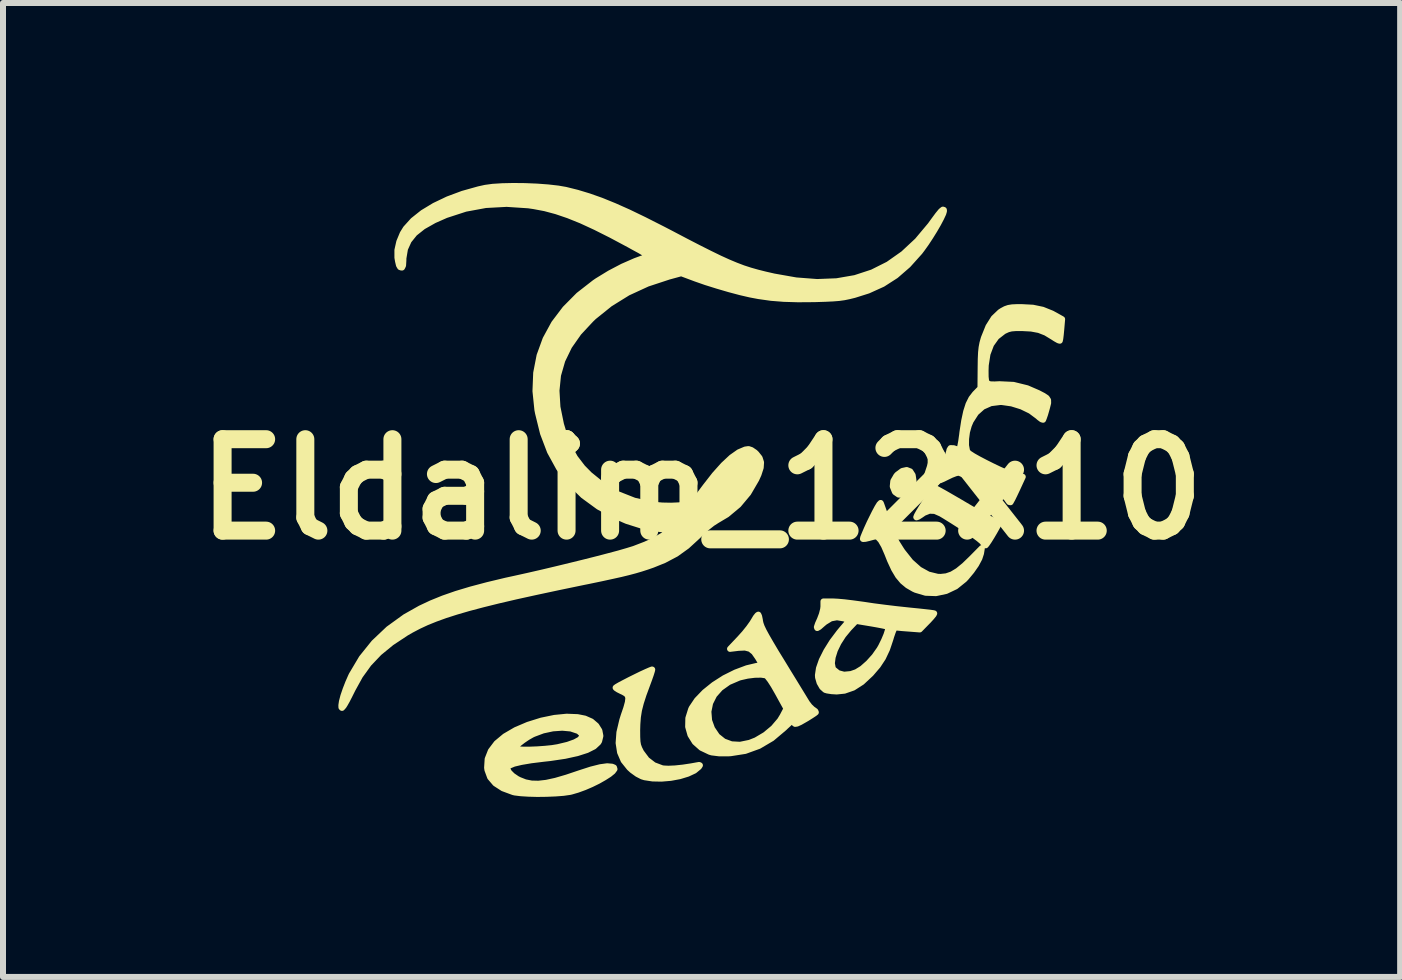
<source format=kicad_pcb>
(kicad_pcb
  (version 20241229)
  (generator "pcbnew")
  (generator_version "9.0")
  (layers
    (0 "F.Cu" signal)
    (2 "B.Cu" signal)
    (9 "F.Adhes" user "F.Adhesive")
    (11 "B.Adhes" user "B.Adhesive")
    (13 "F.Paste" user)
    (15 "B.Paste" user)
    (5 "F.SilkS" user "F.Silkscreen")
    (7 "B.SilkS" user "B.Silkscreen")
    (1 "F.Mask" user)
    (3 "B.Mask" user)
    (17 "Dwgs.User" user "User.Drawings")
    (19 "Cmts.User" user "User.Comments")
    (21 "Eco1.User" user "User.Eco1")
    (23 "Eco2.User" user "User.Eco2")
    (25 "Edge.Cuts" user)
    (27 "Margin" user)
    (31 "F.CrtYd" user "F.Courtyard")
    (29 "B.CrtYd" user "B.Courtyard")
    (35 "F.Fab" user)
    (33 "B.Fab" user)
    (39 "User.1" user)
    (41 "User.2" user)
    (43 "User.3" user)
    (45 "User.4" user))
  (footprint "Eldalim_12x10"
    (layer "F.Cu")
    (at 8.643 5.105)
    (property "Reference" "Eldalim_12x10" (at 0 0 0) (layer "F.SilkS") (effects (font (size 1.524 1.524) (thickness 0.3))))
    (attr exclude_from_pos_files exclude_from_bom allow_missing_courtyard)
    (fp_circle (center 0.4 0) (end 0.6 0) (stroke (width 0.15) (type solid)) (fill no) (layer "F.SilkS"))
    (fp_poly (pts (xy 3.533 -0.141) (xy 3.517 -0.055) (xy 3.475 0.015) (xy 3.416 0.066) (xy 3.349 0.093) (xy 3.284 0.088) (xy 3.228 0.049) (xy 3.222 0.041) (xy 3.187 -0.046) (xy 3.196 -0.137) (xy 3.247 -0.225) (xy 3.265 -0.245) (xy 3.346 -0.305) (xy 3.419 -0.321) (xy 3.479 -0.298) (xy 3.519 -0.236) (xy 3.533 -0.141)) (stroke (width 0.1) (type solid)) (fill yes) (layer "F.SilkS"))
    (fp_poly (pts (xy 4.965 0.549) (xy 4.953 0.578) (xy 4.923 0.634) (xy 4.882 0.707) (xy 4.836 0.785) (xy 4.792 0.856) (xy 4.756 0.909) (xy 4.736 0.934) (xy 4.713 0.926) (xy 4.698 0.899) (xy 4.674 0.87) (xy 4.617 0.822) (xy 4.532 0.759) (xy 4.428 0.685) (xy 4.309 0.605) (xy 4.182 0.524) (xy 4.055 0.445) (xy 3.988 0.405) (xy 3.888 0.361) (xy 3.799 0.357) (xy 3.708 0.393) (xy 3.656 0.429) (xy 3.609 0.459) (xy 3.582 0.468) (xy 3.579 0.464) (xy 3.591 0.434) (xy 3.622 0.378) (xy 3.667 0.304) (xy 3.68 0.284) (xy 3.734 0.198) (xy 3.782 0.117) (xy 3.816 0.057) (xy 3.819 0.052) (xy 3.85 0.003) (xy 3.878 -0.022) (xy 3.882 -0.023) (xy 3.908 -0.012) (xy 3.968 0.02) (xy 4.056 0.069) (xy 4.165 0.132) (xy 4.291 0.205) (xy 4.374 0.254) (xy 4.531 0.346) (xy 4.667 0.421) (xy 4.776 0.479) (xy 4.855 0.516) (xy 4.9 0.531) (xy 4.903 0.531) (xy 4.948 0.537) (xy 4.965 0.549)) (stroke (width 0.1) (type solid)) (fill yes) (layer "F.SilkS"))
    (fp_poly (pts (xy 4.672 0.981) (xy 4.658 1.068) (xy 4.631 1.151) (xy 4.576 1.254) (xy 4.5 1.363) (xy 4.412 1.469) (xy 4.38 1.503) (xy 4.236 1.619) (xy 4.076 1.695) (xy 3.907 1.731) (xy 3.736 1.725) (xy 3.57 1.676) (xy 3.537 1.661) (xy 3.435 1.602) (xy 3.351 1.532) (xy 3.277 1.444) (xy 3.209 1.33) (xy 3.141 1.183) (xy 3.097 1.072) (xy 3.041 0.943) (xy 2.987 0.85) (xy 2.938 0.797) (xy 2.905 0.785) (xy 2.869 0.791) (xy 2.808 0.807) (xy 2.791 0.812) (xy 2.732 0.826) (xy 2.694 0.829) (xy 2.69 0.827) (xy 2.695 0.803) (xy 2.718 0.746) (xy 2.754 0.662) (xy 2.801 0.559) (xy 2.827 0.506) (xy 2.884 0.391) (xy 2.931 0.303) (xy 2.965 0.248) (xy 2.985 0.228) (xy 2.988 0.231) (xy 3.001 0.266) (xy 3.025 0.334) (xy 3.057 0.424) (xy 3.08 0.487) (xy 3.139 0.646) (xy 3.195 0.775) (xy 3.253 0.888) (xy 3.322 0.998) (xy 3.349 1.039) (xy 3.485 1.21) (xy 3.629 1.338) (xy 3.779 1.421) (xy 3.934 1.459) (xy 3.986 1.461) (xy 4.08 1.451) (xy 4.173 1.419) (xy 4.271 1.36) (xy 4.381 1.27) (xy 4.497 1.158) (xy 4.672 0.981)) (stroke (width 0.1) (type solid)) (fill yes) (layer "F.SilkS"))
    (fp_poly (pts (xy -0.027 4.601) (xy -0.042 4.624) (xy -0.045 4.628) (xy -0.119 4.689) (xy -0.23 4.741) (xy -0.364 4.782) (xy -0.514 4.81) (xy -0.668 4.823) (xy -0.815 4.82) (xy -0.947 4.8) (xy -0.992 4.786) (xy -1.07 4.746) (xy -1.156 4.684) (xy -1.202 4.642) (xy -1.299 4.521) (xy -1.358 4.384) (xy -1.382 4.229) (xy -1.369 4.052) (xy -1.321 3.849) (xy -1.298 3.775) (xy -1.254 3.646) (xy -1.228 3.551) (xy -1.22 3.485) (xy -1.229 3.439) (xy -1.258 3.407) (xy -1.305 3.379) (xy -1.328 3.369) (xy -1.388 3.339) (xy -1.425 3.315) (xy -1.432 3.307) (xy -1.412 3.292) (xy -1.36 3.262) (xy -1.284 3.222) (xy -1.193 3.175) (xy -1.096 3.127) (xy -1.002 3.081) (xy -0.919 3.043) (xy -0.857 3.016) (xy -0.825 3.004) (xy -0.822 3.005) (xy -0.827 3.028) (xy -0.845 3.086) (xy -0.874 3.169) (xy -0.904 3.25) (xy -0.967 3.421) (xy -1.012 3.561) (xy -1.043 3.682) (xy -1.061 3.796) (xy -1.07 3.914) (xy -1.073 4.018) (xy -1.072 4.129) (xy -1.068 4.208) (xy -1.058 4.266) (xy -1.039 4.318) (xy -1.01 4.376) (xy -1.004 4.386) (xy -0.913 4.508) (xy -0.796 4.598) (xy -0.661 4.649) (xy -0.633 4.654) (xy -0.553 4.658) (xy -0.44 4.653) (xy -0.308 4.639) (xy -0.169 4.618) (xy -0.092 4.604) (xy -0.041 4.595) (xy -0.027 4.601)) (stroke (width 0.1) (type solid)) (fill yes) (layer "F.SilkS"))
    (fp_poly (pts (xy 3.878 2.069) (xy 3.868 2.089) (xy 3.832 2.133) (xy 3.778 2.192) (xy 3.762 2.208) (xy 3.637 2.336) (xy 3.442 2.321) (xy 3.35 2.314) (xy 3.276 2.307) (xy 3.232 2.303) (xy 3.226 2.302) (xy 3.211 2.32) (xy 3.188 2.374) (xy 3.161 2.452) (xy 3.149 2.493) (xy 3.113 2.601) (xy 3.113 2.303) (xy 3.109 2.293) (xy 3.082 2.285) (xy 3.02 2.271) (xy 2.931 2.254) (xy 2.835 2.237) (xy 2.575 2.194) (xy 2.456 2.319) (xy 2.361 2.434) (xy 2.282 2.557) (xy 2.222 2.681) (xy 2.185 2.799) (xy 2.172 2.901) (xy 2.187 2.981) (xy 2.2 3.003) (xy 2.276 3.065) (xy 2.374 3.091) (xy 2.49 3.08) (xy 2.582 3.048) (xy 2.679 2.988) (xy 2.783 2.896) (xy 2.882 2.786) (xy 2.966 2.667) (xy 2.993 2.62) (xy 3.043 2.518) (xy 3.082 2.425) (xy 3.106 2.35) (xy 3.113 2.303) (xy 3.113 2.601) (xy 3.091 2.666) (xy 3.023 2.81) (xy 2.938 2.939) (xy 2.824 3.072) (xy 2.821 3.075) (xy 2.673 3.213) (xy 2.528 3.306) (xy 2.381 3.357) (xy 2.253 3.37) (xy 2.169 3.365) (xy 2.097 3.354) (xy 2.062 3.344) (xy 2.01 3.297) (xy 1.967 3.222) (xy 1.942 3.135) (xy 1.94 3.097) (xy 1.957 2.984) (xy 2.004 2.849) (xy 2.08 2.698) (xy 2.178 2.541) (xy 2.296 2.384) (xy 2.339 2.332) (xy 2.468 2.182) (xy 2.371 2.152) (xy 2.257 2.133) (xy 2.155 2.152) (xy 2.055 2.213) (xy 2.018 2.244) (xy 1.96 2.295) (xy 1.928 2.313) (xy 1.922 2.297) (xy 1.94 2.243) (xy 1.974 2.167) (xy 2.006 2.082) (xy 2.027 1.999) (xy 2.032 1.957) (xy 2.032 1.87) (xy 2.189 1.87) (xy 2.269 1.874) (xy 2.381 1.884) (xy 2.513 1.9) (xy 2.653 1.919) (xy 2.711 1.927) (xy 2.871 1.951) (xy 3.057 1.975) (xy 3.248 1.998) (xy 3.425 2.017) (xy 3.472 2.022) (xy 3.602 2.035) (xy 3.715 2.047) (xy 3.804 2.057) (xy 3.861 2.065) (xy 3.878 2.069)) (stroke (width 0.1) (type solid)) (fill yes) (layer "F.SilkS"))
    (fp_poly (pts (xy -1.451 4.664) (xy -1.48 4.703) (xy -1.539 4.751) (xy -1.622 4.804) (xy -1.722 4.861) (xy -1.834 4.916) (xy -1.95 4.966) (xy -2.065 5.008) (xy -2.171 5.039) (xy -2.198 5.045) (xy -2.304 5.06) (xy -2.436 5.07) (xy -2.585 5.076) (xy -2.738 5.078) (xy -2.884 5.074) (xy -3.012 5.066) (xy -3.11 5.054) (xy -3.14 5.047) (xy -3.31 4.984) (xy -3.437 4.902) (xy -3.524 4.8) (xy -3.569 4.677) (xy -3.574 4.64) (xy -3.565 4.496) (xy -3.512 4.361) (xy -3.416 4.234) (xy -3.277 4.118) (xy -3.097 4.013) (xy -2.893 3.926) (xy -2.669 3.856) (xy -2.451 3.811) (xy -2.248 3.791) (xy -2.067 3.798) (xy -1.946 3.822) (xy -1.837 3.87) (xy -1.755 3.94) (xy -1.703 4.023) (xy -1.686 4.111) (xy -1.707 4.197) (xy -1.722 4.221) (xy -1.793 4.287) (xy -1.91 4.346) (xy -1.991 4.372) (xy -1.991 4.126) (xy -1.995 4.081) (xy -2.043 4.036) (xy -2.061 4.026) (xy -2.178 3.987) (xy -2.321 3.974) (xy -2.48 3.985) (xy -2.643 4.02) (xy -2.798 4.078) (xy -2.828 4.092) (xy -2.901 4.134) (xy -2.975 4.184) (xy -3.041 4.235) (xy -3.09 4.28) (xy -3.115 4.313) (xy -3.112 4.326) (xy -3.059 4.336) (xy -2.972 4.34) (xy -2.86 4.34) (xy -2.735 4.335) (xy -2.609 4.326) (xy -2.491 4.314) (xy -2.392 4.298) (xy -2.389 4.297) (xy -2.23 4.259) (xy -2.11 4.216) (xy -2.03 4.172) (xy -1.991 4.126) (xy -1.991 4.372) (xy -2.072 4.398) (xy -2.277 4.443) (xy -2.527 4.48) (xy -2.627 4.491) (xy -2.839 4.517) (xy -3.005 4.545) (xy -3.127 4.574) (xy -3.204 4.606) (xy -3.23 4.627) (xy -3.236 4.666) (xy -3.208 4.718) (xy -3.152 4.774) (xy -3.076 4.826) (xy -3.039 4.845) (xy -2.94 4.884) (xy -2.835 4.905) (xy -2.719 4.908) (xy -2.587 4.893) (xy -2.431 4.859) (xy -2.246 4.805) (xy -2.029 4.732) (xy -1.84 4.671) (xy -1.689 4.633) (xy -1.574 4.617) (xy -1.492 4.624) (xy -1.459 4.638) (xy -1.451 4.664)) (stroke (width 0.1) (type solid)) (fill yes) (layer "F.SilkS"))
    (fp_poly (pts (xy 1.905 3.718) (xy 1.881 3.737) (xy 1.828 3.772) (xy 1.755 3.818) (xy 1.729 3.833) (xy 1.645 3.881) (xy 1.59 3.906) (xy 1.559 3.91) (xy 1.545 3.899) (xy 1.527 3.862) (xy 1.524 3.851) (xy 1.509 3.859) (xy 1.469 3.892) (xy 1.416 3.941) (xy 1.416 3.656) (xy 1.268 3.387) (xy 1.201 3.27) (xy 1.143 3.18) (xy 1.098 3.122) (xy 1.074 3.102) (xy 0.994 3.09) (xy 0.885 3.092) (xy 0.764 3.107) (xy 0.645 3.134) (xy 0.622 3.141) (xy 0.452 3.214) (xy 0.314 3.312) (xy 0.21 3.429) (xy 0.143 3.562) (xy 0.114 3.705) (xy 0.126 3.855) (xy 0.175 3.99) (xy 0.26 4.116) (xy 0.369 4.203) (xy 0.498 4.251) (xy 0.643 4.259) (xy 0.803 4.226) (xy 0.909 4.184) (xy 1.061 4.094) (xy 1.198 3.98) (xy 1.308 3.851) (xy 1.351 3.78) (xy 1.416 3.656) (xy 1.416 3.941) (xy 1.41 3.946) (xy 1.377 3.978) (xy 1.173 4.15) (xy 0.956 4.278) (xy 0.727 4.361) (xy 0.485 4.399) (xy 0.45 4.401) (xy 0.292 4.401) (xy 0.172 4.386) (xy 0.138 4.376) (xy -0.003 4.309) (xy -0.111 4.213) (xy -0.185 4.094) (xy -0.223 3.959) (xy -0.22 3.815) (xy -0.174 3.668) (xy -0.163 3.645) (xy -0.075 3.514) (xy 0.051 3.383) (xy 0.205 3.259) (xy 0.38 3.147) (xy 0.567 3.054) (xy 0.756 2.983) (xy 0.916 2.945) (xy 1.012 2.929) (xy 0.939 2.805) (xy 0.875 2.713) (xy 0.809 2.66) (xy 0.726 2.638) (xy 0.615 2.643) (xy 0.607 2.644) (xy 0.475 2.66) (xy 0.638 2.488) (xy 0.717 2.4) (xy 0.79 2.309) (xy 0.847 2.229) (xy 0.866 2.198) (xy 0.903 2.136) (xy 0.933 2.098) (xy 0.947 2.09) (xy 0.959 2.117) (xy 0.971 2.174) (xy 0.975 2.202) (xy 0.984 2.241) (xy 1.003 2.293) (xy 1.036 2.362) (xy 1.085 2.452) (xy 1.152 2.568) (xy 1.239 2.715) (xy 1.346 2.889) (xy 1.439 3.042) (xy 1.527 3.185) (xy 1.606 3.314) (xy 1.672 3.422) (xy 1.722 3.504) (xy 1.752 3.553) (xy 1.756 3.56) (xy 1.802 3.62) (xy 1.85 3.666) (xy 1.861 3.673) (xy 1.897 3.699) (xy 1.905 3.718)) (stroke (width 0.1) (type solid)) (fill yes) (layer "F.SilkS"))
    (fp_poly (pts (xy 6.01 -2.835) (xy 5.995 -2.66) (xy 5.987 -2.576) (xy 5.979 -2.511) (xy 5.972 -2.478) (xy 5.971 -2.476) (xy 5.948 -2.483) (xy 5.9 -2.51) (xy 5.855 -2.539) (xy 5.738 -2.61) (xy 5.623 -2.655) (xy 5.495 -2.679) (xy 5.346 -2.687) (xy 5.24 -2.687) (xy 5.165 -2.681) (xy 5.108 -2.667) (xy 5.053 -2.642) (xy 5.034 -2.632) (xy 4.916 -2.54) (xy 4.826 -2.414) (xy 4.766 -2.255) (xy 4.737 -2.068) (xy 4.734 -1.979) (xy 4.735 -1.872) (xy 4.743 -1.803) (xy 4.765 -1.765) (xy 4.81 -1.749) (xy 4.886 -1.747) (xy 4.964 -1.751) (xy 5.198 -1.74) (xy 5.426 -1.684) (xy 5.611 -1.604) (xy 5.699 -1.558) (xy 5.752 -1.523) (xy 5.776 -1.486) (xy 5.777 -1.438) (xy 5.759 -1.366) (xy 5.749 -1.33) (xy 5.726 -1.25) (xy 5.705 -1.189) (xy 5.693 -1.159) (xy 5.692 -1.159) (xy 5.67 -1.165) (xy 5.627 -1.197) (xy 5.605 -1.217) (xy 5.484 -1.307) (xy 5.334 -1.38) (xy 5.17 -1.431) (xy 5.009 -1.454) (xy 4.98 -1.455) (xy 4.821 -1.435) (xy 4.686 -1.375) (xy 4.574 -1.275) (xy 4.485 -1.136) (xy 4.454 -1.062) (xy 4.424 -0.955) (xy 4.409 -0.84) (xy 4.408 -0.732) (xy 4.424 -0.646) (xy 4.433 -0.623) (xy 4.464 -0.595) (xy 4.529 -0.553) (xy 4.62 -0.502) (xy 4.729 -0.445) (xy 4.847 -0.386) (xy 4.966 -0.329) (xy 5.079 -0.279) (xy 5.176 -0.24) (xy 5.249 -0.215) (xy 5.286 -0.208) (xy 5.354 -0.208) (xy 5.261 -0.006) (xy 5.219 0.083) (xy 5.183 0.157) (xy 5.157 0.204) (xy 5.15 0.216) (xy 5.128 0.212) (xy 5.101 0.175) (xy 5.1 0.172) (xy 5.076 0.141) (xy 5.031 0.104) (xy 4.96 0.058) (xy 4.856 -0.001) (xy 4.716 -0.075) (xy 4.699 -0.084) (xy 4.577 -0.146) (xy 4.466 -0.2) (xy 4.375 -0.242) (xy 4.309 -0.269) (xy 4.28 -0.277) (xy 4.234 -0.266) (xy 4.164 -0.239) (xy 4.098 -0.207) (xy 4.029 -0.173) (xy 3.978 -0.151) (xy 3.956 -0.146) (xy 3.961 -0.17) (xy 3.98 -0.227) (xy 4.01 -0.308) (xy 4.041 -0.386) (xy 4.079 -0.485) (xy 4.109 -0.571) (xy 4.128 -0.633) (xy 4.133 -0.658) (xy 4.151 -0.686) (xy 4.203 -0.684) (xy 4.273 -0.66) (xy 4.289 -0.66) (xy 4.302 -0.679) (xy 4.314 -0.722) (xy 4.328 -0.798) (xy 4.344 -0.911) (xy 4.348 -0.947) (xy 4.378 -1.141) (xy 4.411 -1.295) (xy 4.45 -1.417) (xy 4.498 -1.513) (xy 4.557 -1.59) (xy 4.564 -1.597) (xy 4.649 -1.684) (xy 4.652 -2.026) (xy 4.654 -2.17) (xy 4.659 -2.279) (xy 4.668 -2.364) (xy 4.682 -2.438) (xy 4.702 -2.51) (xy 4.708 -2.528) (xy 4.782 -2.712) (xy 4.871 -2.853) (xy 4.976 -2.953) (xy 5.008 -2.974) (xy 5.064 -3.004) (xy 5.116 -3.022) (xy 5.177 -3.032) (xy 5.263 -3.036) (xy 5.334 -3.036) (xy 5.522 -3.026) (xy 5.685 -2.992) (xy 5.839 -2.93) (xy 5.909 -2.892) (xy 6.01 -2.835)) (stroke (width 0.1) (type solid)) (fill yes) (layer "F.SilkS"))
    (fp_poly (pts (xy 4.041 -4.638) (xy 4.028 -4.594) (xy 3.994 -4.521) (xy 3.944 -4.426) (xy 3.882 -4.319) (xy 3.813 -4.208) (xy 3.742 -4.1) (xy 3.674 -4.005) (xy 3.637 -3.956) (xy 3.442 -3.739) (xy 3.238 -3.562) (xy 3.02 -3.422) (xy 2.777 -3.312) (xy 2.549 -3.24) (xy 2.46 -3.218) (xy 2.378 -3.201) (xy 2.292 -3.189) (xy 2.192 -3.181) (xy 2.069 -3.175) (xy 1.912 -3.17) (xy 1.875 -3.169) (xy 1.607 -3.167) (xy 1.372 -3.174) (xy 1.158 -3.191) (xy 0.953 -3.22) (xy 0.81 -3.247) (xy 0.65 -3.284) (xy 0.462 -3.334) (xy 0.264 -3.392) (xy 0.072 -3.452) (xy -0.1 -3.512) (xy -0.121 -3.52) (xy -0.338 -3.601) (xy -0.544 -3.545) (xy -0.902 -3.427) (xy -1.228 -3.277) (xy -1.525 -3.093) (xy -1.796 -2.875) (xy -1.844 -2.829) (xy -2.048 -2.61) (xy -2.207 -2.383) (xy -2.321 -2.148) (xy -2.392 -1.902) (xy -2.418 -1.644) (xy -2.402 -1.371) (xy -2.343 -1.082) (xy -2.295 -0.924) (xy -2.211 -0.709) (xy -2.11 -0.527) (xy -1.984 -0.362) (xy -1.868 -0.244) (xy -1.642 -0.061) (xy -1.391 0.084) (xy -1.122 0.19) (xy -0.841 0.254) (xy -0.658 0.271) (xy -0.507 0.274) (xy -0.374 0.268) (xy -0.271 0.255) (xy -0.27 0.255) (xy -0.137 0.227) (xy 0.063 -0.042) (xy 0.219 -0.242) (xy 0.365 -0.405) (xy 0.5 -0.531) (xy 0.622 -0.617) (xy 0.728 -0.662) (xy 0.783 -0.67) (xy 0.831 -0.654) (xy 0.89 -0.614) (xy 0.914 -0.591) (xy 0.968 -0.523) (xy 0.992 -0.448) (xy 0.986 -0.36) (xy 0.95 -0.249) (xy 0.912 -0.165) (xy 0.779 0.063) (xy 0.615 0.259) (xy 0.422 0.42) (xy 0.259 0.517) (xy 0.182 0.566) (xy 0.086 0.642) (xy -0.019 0.738) (xy -0.064 0.782) (xy -0.243 0.946) (xy -0.424 1.076) (xy -0.623 1.181) (xy -0.816 1.259) (xy -0.914 1.293) (xy -1.01 1.324) (xy -1.109 1.353) (xy -1.218 1.382) (xy -1.345 1.413) (xy -1.494 1.446) (xy -1.673 1.485) (xy -1.889 1.53) (xy -1.974 1.547) (xy -2.388 1.633) (xy -2.758 1.712) (xy -3.09 1.785) (xy -3.386 1.854) (xy -3.648 1.919) (xy -3.882 1.981) (xy -4.088 2.041) (xy -4.272 2.1) (xy -4.435 2.159) (xy -4.581 2.218) (xy -4.714 2.28) (xy -4.836 2.344) (xy -4.923 2.394) (xy -5.169 2.557) (xy -5.374 2.725) (xy -5.547 2.907) (xy -5.692 3.108) (xy -5.815 3.331) (xy -5.865 3.431) (xy -5.91 3.519) (xy -5.947 3.584) (xy -5.966 3.614) (xy -5.993 3.644) (xy -6.002 3.635) (xy -6.003 3.6) (xy -5.994 3.538) (xy -5.97 3.446) (xy -5.933 3.337) (xy -5.889 3.224) (xy -5.842 3.117) (xy -5.831 3.094) (xy -5.664 2.813) (xy -5.459 2.558) (xy -5.217 2.329) (xy -4.939 2.128) (xy -4.687 1.986) (xy -4.504 1.9) (xy -4.307 1.82) (xy -4.089 1.744) (xy -3.846 1.671) (xy -3.571 1.598) (xy -3.258 1.523) (xy -3.106 1.49) (xy -2.885 1.441) (xy -2.654 1.388) (xy -2.418 1.332) (xy -2.183 1.275) (xy -1.955 1.219) (xy -1.741 1.165) (xy -1.546 1.114) (xy -1.377 1.069) (xy -1.239 1.029) (xy -1.138 0.998) (xy -1.12 0.992) (xy -0.933 0.92) (xy -0.769 0.843) (xy -0.638 0.766) (xy -0.591 0.731) (xy -0.523 0.677) (xy -0.695 0.662) (xy -0.965 0.617) (xy -1.246 0.528) (xy -1.423 0.452) (xy -1.716 0.291) (xy -1.972 0.104) (xy -2.192 -0.111) (xy -2.376 -0.354) (xy -2.526 -0.628) (xy -2.642 -0.933) (xy -2.725 -1.269) (xy -2.736 -1.325) (xy -2.768 -1.637) (xy -2.756 -1.939) (xy -2.7 -2.228) (xy -2.6 -2.503) (xy -2.458 -2.764) (xy -2.273 -3.008) (xy -2.048 -3.235) (xy -1.781 -3.443) (xy -1.737 -3.473) (xy -1.531 -3.599) (xy -1.316 -3.712) (xy -1.106 -3.804) (xy -0.997 -3.844) (xy -0.947 -3.86) (xy -0.915 -3.873) (xy -0.903 -3.888) (xy -0.914 -3.908) (xy -0.954 -3.936) (xy -1.024 -3.978) (xy -1.129 -4.035) (xy -1.212 -4.081) (xy -1.506 -4.238) (xy -1.769 -4.37) (xy -2.005 -4.479) (xy -2.221 -4.566) (xy -2.421 -4.634) (xy -2.611 -4.685) (xy -2.797 -4.72) (xy -2.886 -4.733) (xy -3.249 -4.757) (xy -3.598 -4.738) (xy -3.934 -4.676) (xy -4.26 -4.57) (xy -4.457 -4.483) (xy -4.641 -4.379) (xy -4.782 -4.267) (xy -4.881 -4.144) (xy -4.943 -4.007) (xy -4.969 -3.852) (xy -4.97 -3.808) (xy -4.975 -3.73) (xy -4.992 -3.696) (xy -4.999 -3.695) (xy -5.024 -3.703) (xy -5.043 -3.735) (xy -5.058 -3.798) (xy -5.069 -3.861) (xy -5.069 -3.987) (xy -5.038 -4.125) (xy -4.981 -4.262) (xy -4.929 -4.346) (xy -4.808 -4.48) (xy -4.647 -4.608) (xy -4.452 -4.726) (xy -4.228 -4.833) (xy -3.981 -4.925) (xy -3.717 -4.999) (xy -3.604 -5.024) (xy -3.48 -5.041) (xy -3.321 -5.051) (xy -3.138 -5.055) (xy -2.943 -5.053) (xy -2.746 -5.045) (xy -2.558 -5.031) (xy -2.391 -5.012) (xy -2.265 -4.99) (xy -2.072 -4.942) (xy -1.877 -4.883) (xy -1.673 -4.811) (xy -1.454 -4.722) (xy -1.216 -4.616) (xy -0.953 -4.489) (xy -0.659 -4.34) (xy -0.516 -4.266) (xy -0.265 -4.134) (xy -0.048 -4.022) (xy 0.139 -3.928) (xy 0.301 -3.849) (xy 0.444 -3.784) (xy 0.573 -3.73) (xy 0.694 -3.684) (xy 0.811 -3.646) (xy 0.931 -3.612) (xy 1.058 -3.58) (xy 1.198 -3.548) (xy 1.201 -3.547) (xy 1.575 -3.481) (xy 1.925 -3.454) (xy 2.253 -3.467) (xy 2.559 -3.52) (xy 2.846 -3.614) (xy 3.113 -3.748) (xy 3.363 -3.924) (xy 3.597 -4.142) (xy 3.815 -4.402) (xy 3.867 -4.474) (xy 3.94 -4.573) (xy 3.991 -4.635) (xy 4.023 -4.661) (xy 4.039 -4.656) (xy 4.041 -4.638)) (stroke (width 0.1) (type solid)) (fill yes) (layer "F.SilkS")))
  (gr_rect
    (start -3 -3)
    (end 20.287 13.233)
    (stroke (width 0.1) (type default))
    (fill no)
    (layer "Edge.Cuts")))
</source>
